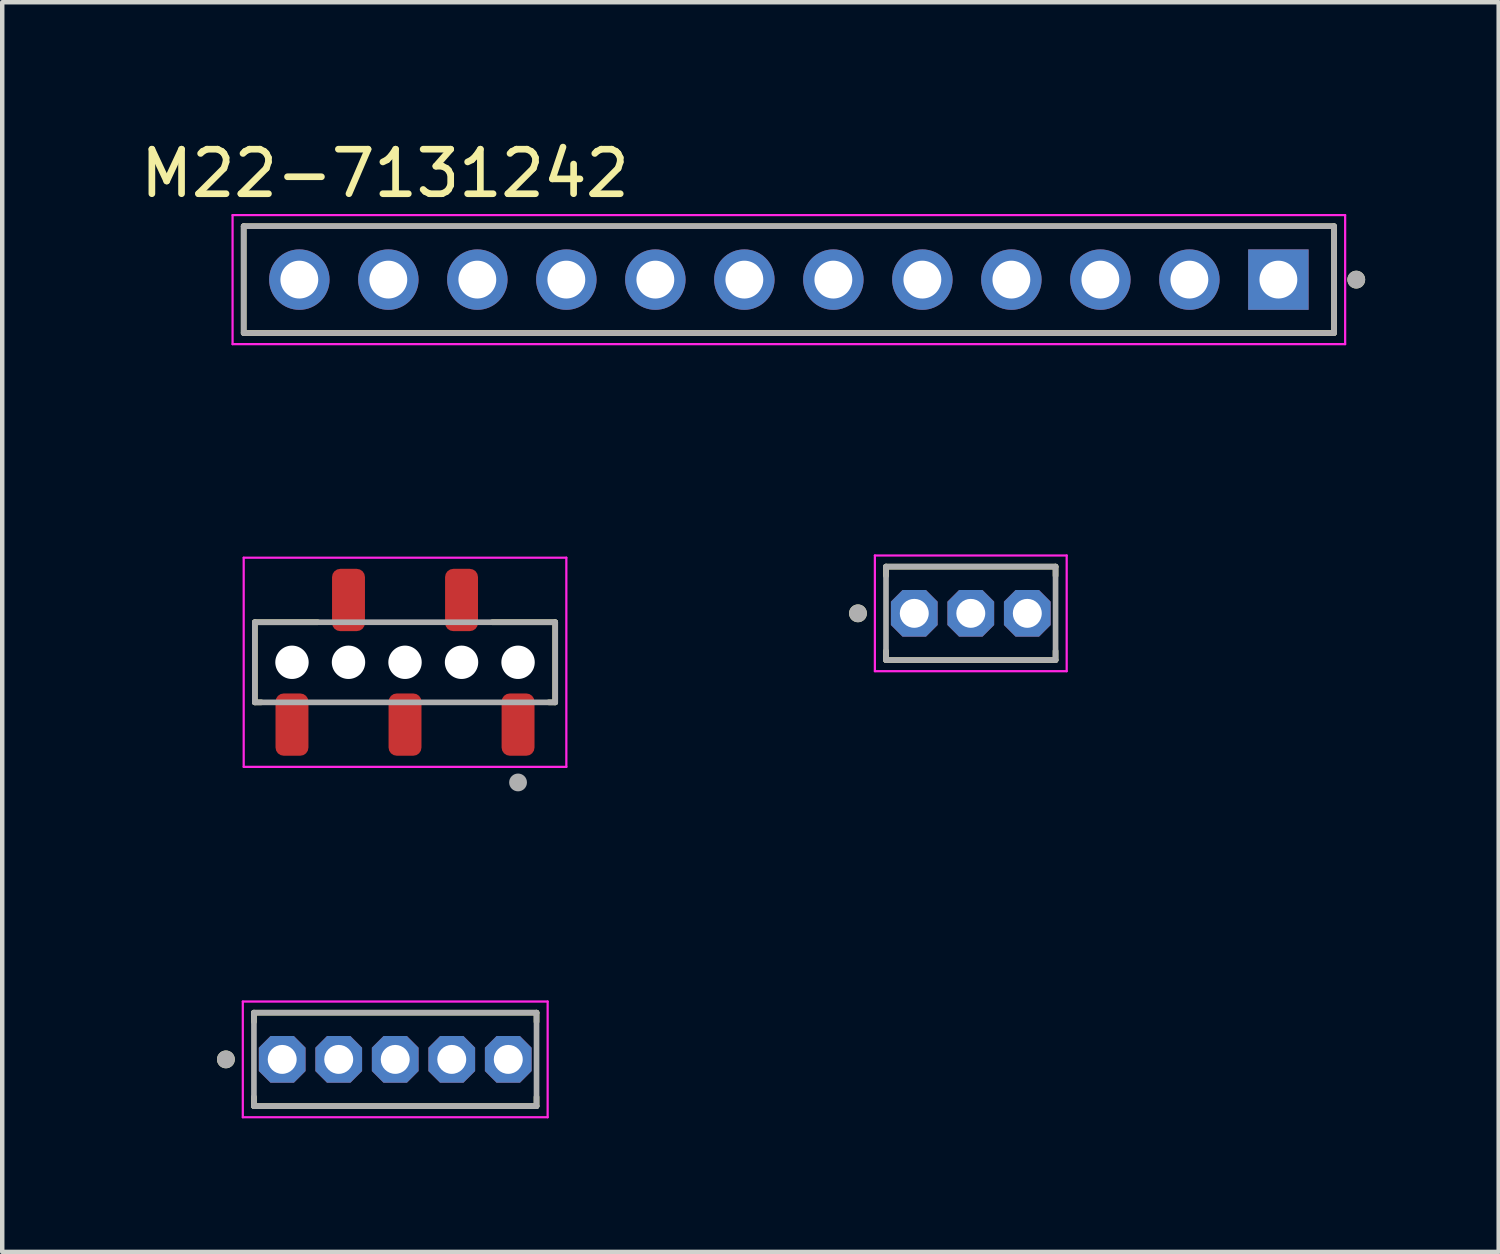
<source format=kicad_pcb>
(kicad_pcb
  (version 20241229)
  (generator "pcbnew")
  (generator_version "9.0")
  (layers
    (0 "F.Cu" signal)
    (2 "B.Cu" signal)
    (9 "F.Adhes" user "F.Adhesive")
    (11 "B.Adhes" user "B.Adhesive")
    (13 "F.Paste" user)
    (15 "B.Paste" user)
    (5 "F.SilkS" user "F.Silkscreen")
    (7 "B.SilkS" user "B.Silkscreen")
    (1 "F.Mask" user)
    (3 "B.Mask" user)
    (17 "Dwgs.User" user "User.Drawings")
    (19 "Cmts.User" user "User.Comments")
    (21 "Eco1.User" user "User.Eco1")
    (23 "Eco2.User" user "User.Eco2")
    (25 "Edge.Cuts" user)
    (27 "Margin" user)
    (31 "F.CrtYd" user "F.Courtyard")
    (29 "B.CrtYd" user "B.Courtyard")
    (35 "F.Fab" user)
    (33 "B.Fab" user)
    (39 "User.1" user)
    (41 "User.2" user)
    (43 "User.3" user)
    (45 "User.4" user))
  (footprint "M22-7131242"
    (layer "F.Cu")
    (at 14.676 3.233)
    (property "Reference" "M22-7131242" (at -9.075 -2.385 0) (layer "F.SilkS") (effects (font (size 1 1) (thickness 0.15))))
    (attr through_hole)
    (fp_line (start -12.25 -1.2) (end 12.25 -1.2) (stroke (width 0.127) (type solid)) (layer "F.SilkS"))
    (fp_line (start -12.25 1.2) (end -12.25 -1.2) (stroke (width 0.127) (type solid)) (layer "F.SilkS"))
    (fp_line (start 12.25 -1.2) (end 12.25 1.2) (stroke (width 0.127) (type solid)) (layer "F.SilkS"))
    (fp_line (start 12.25 1.2) (end -12.25 1.2) (stroke (width 0.127) (type solid)) (layer "F.SilkS"))
    (fp_circle (center 12.75 0) (end 12.85 0) (stroke (width 0.2) (type solid)) (fill no) (layer "F.SilkS"))
    (fp_line (start -12.5 -1.45) (end 12.5 -1.45) (stroke (width 0.05) (type solid)) (layer "F.CrtYd"))
    (fp_line (start -12.5 1.45) (end -12.5 -1.45) (stroke (width 0.05) (type solid)) (layer "F.CrtYd"))
    (fp_line (start 12.5 -1.45) (end 12.5 1.45) (stroke (width 0.05) (type solid)) (layer "F.CrtYd"))
    (fp_line (start 12.5 1.45) (end -12.5 1.45) (stroke (width 0.05) (type solid)) (layer "F.CrtYd"))
    (fp_line (start -12.25 -1.2) (end 12.25 -1.2) (stroke (width 0.127) (type solid)) (layer "F.Fab"))
    (fp_line (start -12.25 1.2) (end -12.25 -1.2) (stroke (width 0.127) (type solid)) (layer "F.Fab"))
    (fp_line (start 12.25 -1.2) (end 12.25 1.2) (stroke (width 0.127) (type solid)) (layer "F.Fab"))
    (fp_line (start 12.25 1.2) (end -12.25 1.2) (stroke (width 0.127) (type solid)) (layer "F.Fab"))
    (fp_circle (center 12.75 0) (end 12.85 0) (stroke (width 0.2) (type solid)) (fill no) (layer "F.Fab"))
    (pad "1" thru_hole rect (at 11 0) (size 1.358 1.358) (drill 0.85) (layers "*.Cu" "*.Mask"))
    (pad "2" thru_hole circle (at 9 0) (size 1.358 1.358) (drill 0.85) (layers "*.Cu" "*.Mask"))
    (pad "3" thru_hole circle (at 7 0) (size 1.358 1.358) (drill 0.85) (layers "*.Cu" "*.Mask"))
    (pad "4" thru_hole circle (at 5 0) (size 1.358 1.358) (drill 0.85) (layers "*.Cu" "*.Mask"))
    (pad "5" thru_hole circle (at 3 0) (size 1.358 1.358) (drill 0.85) (layers "*.Cu" "*.Mask"))
    (pad "6" thru_hole circle (at 1 0) (size 1.358 1.358) (drill 0.85) (layers "*.Cu" "*.Mask"))
    (pad "7" thru_hole circle (at -1 0) (size 1.358 1.358) (drill 0.85) (layers "*.Cu" "*.Mask"))
    (pad "8" thru_hole circle (at -3 0) (size 1.358 1.358) (drill 0.85) (layers "*.Cu" "*.Mask"))
    (pad "9" thru_hole circle (at -5 0) (size 1.358 1.358) (drill 0.85) (layers "*.Cu" "*.Mask"))
    (pad "10" thru_hole circle (at -7 0) (size 1.358 1.358) (drill 0.85) (layers "*.Cu" "*.Mask"))
    (pad "11" thru_hole circle (at -9 0) (size 1.358 1.358) (drill 0.85) (layers "*.Cu" "*.Mask"))
    (pad "12" thru_hole circle (at -11 0) (size 1.358 1.358) (drill 0.85) (layers "*.Cu" "*.Mask")))
  (footprint "M50-3530342"
    (layer "F.Cu")
    (at 18.764 10.732)
    (property "Reference" "M50-3530342" (at 1.04 -2.175 0) (layer "User.2") (effects (font (size 1 1) (thickness 0.15))))
    (attr through_hole)
    (fp_line (start -1.905 -1.05) (end -1.905 -0.845) (stroke (width 0.127) (type solid)) (layer "F.SilkS"))
    (fp_line (start -1.905 1.05) (end -1.905 0.845) (stroke (width 0.127) (type solid)) (layer "F.SilkS"))
    (fp_line (start -1.905 1.05) (end 1.905 1.05) (stroke (width 0.127) (type solid)) (layer "F.SilkS"))
    (fp_line (start 1.905 -1.05) (end -1.905 -1.05) (stroke (width 0.127) (type solid)) (layer "F.SilkS"))
    (fp_line (start 1.905 -0.845) (end 1.905 -1.05) (stroke (width 0.127) (type solid)) (layer "F.SilkS"))
    (fp_line (start 1.905 1.05) (end 1.905 0.845) (stroke (width 0.127) (type solid)) (layer "F.SilkS"))
    (fp_circle (center -2.535 0) (end -2.435 0) (stroke (width 0.2) (type solid)) (fill no) (layer "F.SilkS"))
    (fp_line (start -2.155 -1.3) (end -2.155 1.3) (stroke (width 0.05) (type solid)) (layer "F.CrtYd"))
    (fp_line (start -2.155 1.3) (end 2.155 1.3) (stroke (width 0.05) (type solid)) (layer "F.CrtYd"))
    (fp_line (start 2.155 -1.3) (end -2.155 -1.3) (stroke (width 0.05) (type solid)) (layer "F.CrtYd"))
    (fp_line (start 2.155 1.3) (end 2.155 -1.3) (stroke (width 0.05) (type solid)) (layer "F.CrtYd"))
    (fp_line (start -1.905 -1.05) (end -1.905 1.05) (stroke (width 0.127) (type solid)) (layer "F.Fab"))
    (fp_line (start -1.905 1.05) (end 1.905 1.05) (stroke (width 0.127) (type solid)) (layer "F.Fab"))
    (fp_line (start 1.905 -1.05) (end -1.905 -1.05) (stroke (width 0.127) (type solid)) (layer "F.Fab"))
    (fp_line (start 1.905 1.05) (end 1.905 -1.05) (stroke (width 0.127) (type solid)) (layer "F.Fab"))
    (fp_circle (center -2.535 0) (end -2.435 0) (stroke (width 0.2) (type solid)) (fill no) (layer "F.Fab"))
    (pad "1" thru_hole roundrect (at -1.27 0) (size 1.05 1.05) (drill 0.65) (layers "*.Cu" "*.Mask") (roundrect_rratio 0) (chamfer_ratio 0.25) (chamfer top_left top_right bottom_left bottom_right))
    (pad "2" thru_hole roundrect (at 0 0) (size 1.05 1.05) (drill 0.65) (layers "*.Cu" "*.Mask") (roundrect_rratio 0) (chamfer_ratio 0.25) (chamfer top_left top_right bottom_left bottom_right))
    (pad "3" thru_hole roundrect (at 1.27 0) (size 1.05 1.05) (drill 0.65) (layers "*.Cu" "*.Mask") (roundrect_rratio 0) (chamfer_ratio 0.25) (chamfer top_left top_right bottom_left bottom_right)))
  (footprint "M50-3130545"
    (layer "F.Cu")
    (at 6.051 11.832)
    (property "Reference" "M50-3130545" (at -0.45 -3.275 0) (layer "User.2") (effects (font (size 1 1) (thickness 0.15))))
    (attr smd)
    (fp_line (start -3.375 -0.9) (end -3.375 0.9) (stroke (width 0.127) (type solid)) (layer "F.SilkS"))
    (fp_line (start -3.375 0.9) (end -3.23 0.9) (stroke (width 0.127) (type solid)) (layer "F.SilkS"))
    (fp_line (start -1.96 -0.9) (end -3.375 -0.9) (stroke (width 0.127) (type solid)) (layer "F.SilkS"))
    (fp_line (start 3.23 0.9) (end 3.375 0.9) (stroke (width 0.127) (type solid)) (layer "F.SilkS"))
    (fp_line (start 3.375 -0.9) (end 1.96 -0.9) (stroke (width 0.127) (type solid)) (layer "F.SilkS"))
    (fp_line (start 3.375 0.9) (end 3.375 -0.9) (stroke (width 0.127) (type solid)) (layer "F.SilkS"))
    (fp_line (start -3.625 -2.35) (end -3.625 2.35) (stroke (width 0.05) (type solid)) (layer "F.CrtYd"))
    (fp_line (start -3.625 2.35) (end 3.625 2.35) (stroke (width 0.05) (type solid)) (layer "F.CrtYd"))
    (fp_line (start 3.625 -2.35) (end -3.625 -2.35) (stroke (width 0.05) (type solid)) (layer "F.CrtYd"))
    (fp_line (start 3.625 2.35) (end 3.625 -2.35) (stroke (width 0.05) (type solid)) (layer "F.CrtYd"))
    (fp_line (start -3.375 -0.9) (end -3.375 0.9) (stroke (width 0.127) (type solid)) (layer "F.Fab"))
    (fp_line (start -3.375 0.9) (end 3.375 0.9) (stroke (width 0.127) (type solid)) (layer "F.Fab"))
    (fp_line (start 3.375 -0.9) (end -3.375 -0.9) (stroke (width 0.127) (type solid)) (layer "F.Fab"))
    (fp_line (start 3.375 0.9) (end 3.375 -0.9) (stroke (width 0.127) (type solid)) (layer "F.Fab"))
    (fp_circle (center 2.54 2.7) (end 2.64 2.7) (stroke (width 0.2) (type solid)) (fill no) (layer "F.Fab"))
    (pad "" np_thru_hole circle (at -2.54 0) (size 0.75 0.75) (drill 0.75) (layers "*.Cu" "*.Mask"))
    (pad "" np_thru_hole circle (at -1.27 0) (size 0.75 0.75) (drill 0.75) (layers "*.Cu" "*.Mask"))
    (pad "" np_thru_hole circle (at 0 0) (size 0.75 0.75) (drill 0.75) (layers "*.Cu" "*.Mask"))
    (pad "" np_thru_hole circle (at 1.27 0) (size 0.75 0.75) (drill 0.75) (layers "*.Cu" "*.Mask"))
    (pad "" np_thru_hole circle (at 2.54 0) (size 0.75 0.75) (drill 0.75) (layers "*.Cu" "*.Mask"))
    (pad "1" smd roundrect (at 2.54 1.4) (size 0.74 1.4) (layers "F.Cu" "F.Mask" "F.Paste") (roundrect_rratio 0.25))
    (pad "2" smd roundrect (at 1.27 -1.4) (size 0.74 1.4) (layers "F.Cu" "F.Mask" "F.Paste") (roundrect_rratio 0.25))
    (pad "3" smd roundrect (at 0 1.4) (size 0.74 1.4) (layers "F.Cu" "F.Mask" "F.Paste") (roundrect_rratio 0.25))
    (pad "4" smd roundrect (at -1.27 -1.4) (size 0.74 1.4) (layers "F.Cu" "F.Mask" "F.Paste") (roundrect_rratio 0.25))
    (pad "5" smd roundrect (at -2.54 1.4) (size 0.74 1.4) (layers "F.Cu" "F.Mask" "F.Paste") (roundrect_rratio 0.25)))
  (footprint "M50-3530542"
    (layer "F.Cu")
    (at 5.831 20.755)
    (property "Reference" "M50-3530542" (at -0.23 -2.175 0) (layer "User.2") (effects (font (size 1 1) (thickness 0.15))))
    (attr through_hole)
    (fp_line (start -3.175 -1.05) (end -3.175 -0.845) (stroke (width 0.127) (type solid)) (layer "F.SilkS"))
    (fp_line (start -3.175 1.05) (end -3.175 0.845) (stroke (width 0.127) (type solid)) (layer "F.SilkS"))
    (fp_line (start -3.175 1.05) (end 3.175 1.05) (stroke (width 0.127) (type solid)) (layer "F.SilkS"))
    (fp_line (start 3.175 -1.05) (end -3.175 -1.05) (stroke (width 0.127) (type solid)) (layer "F.SilkS"))
    (fp_line (start 3.175 -0.845) (end 3.175 -1.05) (stroke (width 0.127) (type solid)) (layer "F.SilkS"))
    (fp_line (start 3.175 1.05) (end 3.175 0.845) (stroke (width 0.127) (type solid)) (layer "F.SilkS"))
    (fp_circle (center -3.805 0) (end -3.705 0) (stroke (width 0.2) (type solid)) (fill no) (layer "F.SilkS"))
    (fp_line (start -3.425 -1.3) (end -3.425 1.3) (stroke (width 0.05) (type solid)) (layer "F.CrtYd"))
    (fp_line (start -3.425 1.3) (end 3.425 1.3) (stroke (width 0.05) (type solid)) (layer "F.CrtYd"))
    (fp_line (start 3.425 -1.3) (end -3.425 -1.3) (stroke (width 0.05) (type solid)) (layer "F.CrtYd"))
    (fp_line (start 3.425 1.3) (end 3.425 -1.3) (stroke (width 0.05) (type solid)) (layer "F.CrtYd"))
    (fp_line (start -3.175 -1.05) (end -3.175 1.05) (stroke (width 0.127) (type solid)) (layer "F.Fab"))
    (fp_line (start -3.175 1.05) (end 3.175 1.05) (stroke (width 0.127) (type solid)) (layer "F.Fab"))
    (fp_line (start 3.175 -1.05) (end -3.175 -1.05) (stroke (width 0.127) (type solid)) (layer "F.Fab"))
    (fp_line (start 3.175 1.05) (end 3.175 -1.05) (stroke (width 0.127) (type solid)) (layer "F.Fab"))
    (fp_circle (center -3.805 0) (end -3.705 0) (stroke (width 0.2) (type solid)) (fill no) (layer "F.Fab"))
    (pad "1" thru_hole roundrect (at -2.54 0) (size 1.05 1.05) (drill 0.65) (layers "*.Cu" "*.Mask") (roundrect_rratio 0) (chamfer_ratio 0.25) (chamfer top_left top_right bottom_left bottom_right))
    (pad "2" thru_hole roundrect (at -1.27 0) (size 1.05 1.05) (drill 0.65) (layers "*.Cu" "*.Mask") (roundrect_rratio 0) (chamfer_ratio 0.25) (chamfer top_left top_right bottom_left bottom_right))
    (pad "3" thru_hole roundrect (at 0 0) (size 1.05 1.05) (drill 0.65) (layers "*.Cu" "*.Mask") (roundrect_rratio 0) (chamfer_ratio 0.25) (chamfer top_left top_right bottom_left bottom_right))
    (pad "4" thru_hole roundrect (at 1.27 0) (size 1.05 1.05) (drill 0.65) (layers "*.Cu" "*.Mask") (roundrect_rratio 0) (chamfer_ratio 0.25) (chamfer top_left top_right bottom_left bottom_right))
    (pad "5" thru_hole roundrect (at 2.54 0) (size 1.05 1.05) (drill 0.65) (layers "*.Cu" "*.Mask") (roundrect_rratio 0) (chamfer_ratio 0.25) (chamfer top_left top_right bottom_left bottom_right)))
  (gr_rect
    (start -3 -3)
    (end 30.626 25.08)
    (stroke (width 0.1) (type default))
    (fill no)
    (layer "Edge.Cuts")))
</source>
